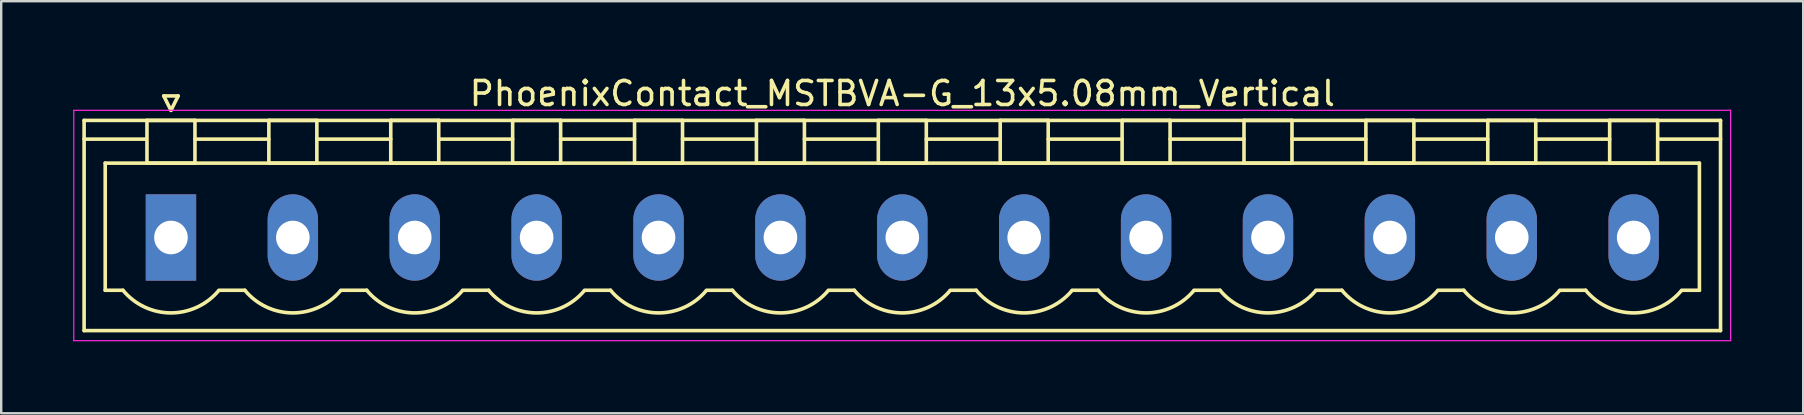
<source format=kicad_pcb>
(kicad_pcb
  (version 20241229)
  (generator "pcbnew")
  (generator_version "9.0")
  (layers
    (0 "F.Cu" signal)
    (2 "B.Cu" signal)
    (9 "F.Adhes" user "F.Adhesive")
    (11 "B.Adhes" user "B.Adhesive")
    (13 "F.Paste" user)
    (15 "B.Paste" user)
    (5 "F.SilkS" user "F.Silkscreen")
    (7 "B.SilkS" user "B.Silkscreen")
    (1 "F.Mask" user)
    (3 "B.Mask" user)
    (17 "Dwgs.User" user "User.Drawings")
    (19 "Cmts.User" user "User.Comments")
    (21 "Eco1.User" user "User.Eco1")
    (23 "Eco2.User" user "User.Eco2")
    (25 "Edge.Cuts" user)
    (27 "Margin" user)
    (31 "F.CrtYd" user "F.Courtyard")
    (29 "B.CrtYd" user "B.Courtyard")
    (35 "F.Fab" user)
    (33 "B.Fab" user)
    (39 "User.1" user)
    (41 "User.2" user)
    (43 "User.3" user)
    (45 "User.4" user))
  (footprint "PhoenixContact_MSTBVA-G_13x5.08mm_Vertical"
    (layer "F.Cu")
    (at 4.075 6.848)
    (property "Reference" "PhoenixContact_MSTBVA-G_13x5.08mm_Vertical" (at 30.48 -6 0) (layer "F.SilkS") (effects (font (size 1 1) (thickness 0.15))))
    (attr through_hole)
    (fp_line (start -3.62 -4.88) (end -3.62 3.88) (stroke (width 0.15) (type solid)) (layer "F.SilkS"))
    (fp_line (start -3.62 -4.1) (end -1.08 -4.1) (stroke (width 0.15) (type solid)) (layer "F.SilkS"))
    (fp_line (start -3.62 3.88) (end 64.58 3.88) (stroke (width 0.15) (type solid)) (layer "F.SilkS"))
    (fp_line (start -2.74 -3.1) (end 63.7 -3.1) (stroke (width 0.15) (type solid)) (layer "F.SilkS"))
    (fp_line (start -2.74 2.2) (end -2.74 -3.1) (stroke (width 0.15) (type solid)) (layer "F.SilkS"))
    (fp_line (start -2 2.2) (end -2.74 2.2) (stroke (width 0.15) (type solid)) (layer "F.SilkS"))
    (fp_line (start -1 -4.88) (end 1 -4.88) (stroke (width 0.15) (type solid)) (layer "F.SilkS"))
    (fp_line (start -1 -3.1) (end -1 -4.88) (stroke (width 0.15) (type solid)) (layer "F.SilkS"))
    (fp_line (start -0.3 -5.9) (end 0 -5.3) (stroke (width 0.15) (type solid)) (layer "F.SilkS"))
    (fp_line (start 0 -5.3) (end 0.3 -5.9) (stroke (width 0.15) (type solid)) (layer "F.SilkS"))
    (fp_line (start 0.3 -5.9) (end -0.3 -5.9) (stroke (width 0.15) (type solid)) (layer "F.SilkS"))
    (fp_line (start 1 -4.88) (end 1 -3.1) (stroke (width 0.15) (type solid)) (layer "F.SilkS"))
    (fp_line (start 1 -4.1) (end 4.08 -4.1) (stroke (width 0.15) (type solid)) (layer "F.SilkS"))
    (fp_line (start 1 -3.1) (end -1 -3.1) (stroke (width 0.15) (type solid)) (layer "F.SilkS"))
    (fp_line (start 2 2.2) (end 3.08 2.2) (stroke (width 0.15) (type solid)) (layer "F.SilkS"))
    (fp_line (start 4.08 -4.88) (end 6.08 -4.88) (stroke (width 0.15) (type solid)) (layer "F.SilkS"))
    (fp_line (start 4.08 -3.1) (end 4.08 -4.88) (stroke (width 0.15) (type solid)) (layer "F.SilkS"))
    (fp_line (start 6.08 -4.88) (end 6.08 -3.1) (stroke (width 0.15) (type solid)) (layer "F.SilkS"))
    (fp_line (start 6.08 -4.1) (end 9.16 -4.1) (stroke (width 0.15) (type solid)) (layer "F.SilkS"))
    (fp_line (start 6.08 -3.1) (end 4.08 -3.1) (stroke (width 0.15) (type solid)) (layer "F.SilkS"))
    (fp_line (start 7.08 2.2) (end 8.16 2.2) (stroke (width 0.15) (type solid)) (layer "F.SilkS"))
    (fp_line (start 9.16 -4.88) (end 11.16 -4.88) (stroke (width 0.15) (type solid)) (layer "F.SilkS"))
    (fp_line (start 9.16 -3.1) (end 9.16 -4.88) (stroke (width 0.15) (type solid)) (layer "F.SilkS"))
    (fp_line (start 11.16 -4.88) (end 11.16 -3.1) (stroke (width 0.15) (type solid)) (layer "F.SilkS"))
    (fp_line (start 11.16 -4.1) (end 14.24 -4.1) (stroke (width 0.15) (type solid)) (layer "F.SilkS"))
    (fp_line (start 11.16 -3.1) (end 9.16 -3.1) (stroke (width 0.15) (type solid)) (layer "F.SilkS"))
    (fp_line (start 12.16 2.2) (end 13.24 2.2) (stroke (width 0.15) (type solid)) (layer "F.SilkS"))
    (fp_line (start 14.24 -4.88) (end 16.24 -4.88) (stroke (width 0.15) (type solid)) (layer "F.SilkS"))
    (fp_line (start 14.24 -3.1) (end 14.24 -4.88) (stroke (width 0.15) (type solid)) (layer "F.SilkS"))
    (fp_line (start 16.24 -4.88) (end 16.24 -3.1) (stroke (width 0.15) (type solid)) (layer "F.SilkS"))
    (fp_line (start 16.24 -4.1) (end 19.32 -4.1) (stroke (width 0.15) (type solid)) (layer "F.SilkS"))
    (fp_line (start 16.24 -3.1) (end 14.24 -3.1) (stroke (width 0.15) (type solid)) (layer "F.SilkS"))
    (fp_line (start 17.24 2.2) (end 18.32 2.2) (stroke (width 0.15) (type solid)) (layer "F.SilkS"))
    (fp_line (start 19.32 -4.88) (end 21.32 -4.88) (stroke (width 0.15) (type solid)) (layer "F.SilkS"))
    (fp_line (start 19.32 -3.1) (end 19.32 -4.88) (stroke (width 0.15) (type solid)) (layer "F.SilkS"))
    (fp_line (start 21.32 -4.88) (end 21.32 -3.1) (stroke (width 0.15) (type solid)) (layer "F.SilkS"))
    (fp_line (start 21.32 -4.1) (end 24.4 -4.1) (stroke (width 0.15) (type solid)) (layer "F.SilkS"))
    (fp_line (start 21.32 -3.1) (end 19.32 -3.1) (stroke (width 0.15) (type solid)) (layer "F.SilkS"))
    (fp_line (start 22.32 2.2) (end 23.4 2.2) (stroke (width 0.15) (type solid)) (layer "F.SilkS"))
    (fp_line (start 24.4 -4.88) (end 26.4 -4.88) (stroke (width 0.15) (type solid)) (layer "F.SilkS"))
    (fp_line (start 24.4 -3.1) (end 24.4 -4.88) (stroke (width 0.15) (type solid)) (layer "F.SilkS"))
    (fp_line (start 26.4 -4.88) (end 26.4 -3.1) (stroke (width 0.15) (type solid)) (layer "F.SilkS"))
    (fp_line (start 26.4 -4.1) (end 29.48 -4.1) (stroke (width 0.15) (type solid)) (layer "F.SilkS"))
    (fp_line (start 26.4 -3.1) (end 24.4 -3.1) (stroke (width 0.15) (type solid)) (layer "F.SilkS"))
    (fp_line (start 27.4 2.2) (end 28.48 2.2) (stroke (width 0.15) (type solid)) (layer "F.SilkS"))
    (fp_line (start 29.48 -4.88) (end 31.48 -4.88) (stroke (width 0.15) (type solid)) (layer "F.SilkS"))
    (fp_line (start 29.48 -3.1) (end 29.48 -4.88) (stroke (width 0.15) (type solid)) (layer "F.SilkS"))
    (fp_line (start 31.48 -4.88) (end 31.48 -3.1) (stroke (width 0.15) (type solid)) (layer "F.SilkS"))
    (fp_line (start 31.48 -4.1) (end 34.56 -4.1) (stroke (width 0.15) (type solid)) (layer "F.SilkS"))
    (fp_line (start 31.48 -3.1) (end 29.48 -3.1) (stroke (width 0.15) (type solid)) (layer "F.SilkS"))
    (fp_line (start 32.48 2.2) (end 33.56 2.2) (stroke (width 0.15) (type solid)) (layer "F.SilkS"))
    (fp_line (start 34.56 -4.88) (end 36.56 -4.88) (stroke (width 0.15) (type solid)) (layer "F.SilkS"))
    (fp_line (start 34.56 -3.1) (end 34.56 -4.88) (stroke (width 0.15) (type solid)) (layer "F.SilkS"))
    (fp_line (start 36.56 -4.88) (end 36.56 -3.1) (stroke (width 0.15) (type solid)) (layer "F.SilkS"))
    (fp_line (start 36.56 -4.1) (end 39.64 -4.1) (stroke (width 0.15) (type solid)) (layer "F.SilkS"))
    (fp_line (start 36.56 -3.1) (end 34.56 -3.1) (stroke (width 0.15) (type solid)) (layer "F.SilkS"))
    (fp_line (start 37.56 2.2) (end 38.64 2.2) (stroke (width 0.15) (type solid)) (layer "F.SilkS"))
    (fp_line (start 39.64 -4.88) (end 41.64 -4.88) (stroke (width 0.15) (type solid)) (layer "F.SilkS"))
    (fp_line (start 39.64 -3.1) (end 39.64 -4.88) (stroke (width 0.15) (type solid)) (layer "F.SilkS"))
    (fp_line (start 41.64 -4.88) (end 41.64 -3.1) (stroke (width 0.15) (type solid)) (layer "F.SilkS"))
    (fp_line (start 41.64 -4.1) (end 44.72 -4.1) (stroke (width 0.15) (type solid)) (layer "F.SilkS"))
    (fp_line (start 41.64 -3.1) (end 39.64 -3.1) (stroke (width 0.15) (type solid)) (layer "F.SilkS"))
    (fp_line (start 42.64 2.2) (end 43.72 2.2) (stroke (width 0.15) (type solid)) (layer "F.SilkS"))
    (fp_line (start 44.72 -4.88) (end 46.72 -4.88) (stroke (width 0.15) (type solid)) (layer "F.SilkS"))
    (fp_line (start 44.72 -3.1) (end 44.72 -4.88) (stroke (width 0.15) (type solid)) (layer "F.SilkS"))
    (fp_line (start 46.72 -4.88) (end 46.72 -3.1) (stroke (width 0.15) (type solid)) (layer "F.SilkS"))
    (fp_line (start 46.72 -4.1) (end 49.8 -4.1) (stroke (width 0.15) (type solid)) (layer "F.SilkS"))
    (fp_line (start 46.72 -3.1) (end 44.72 -3.1) (stroke (width 0.15) (type solid)) (layer "F.SilkS"))
    (fp_line (start 47.72 2.2) (end 48.8 2.2) (stroke (width 0.15) (type solid)) (layer "F.SilkS"))
    (fp_line (start 49.8 -4.88) (end 51.8 -4.88) (stroke (width 0.15) (type solid)) (layer "F.SilkS"))
    (fp_line (start 49.8 -3.1) (end 49.8 -4.88) (stroke (width 0.15) (type solid)) (layer "F.SilkS"))
    (fp_line (start 51.8 -4.88) (end 51.8 -3.1) (stroke (width 0.15) (type solid)) (layer "F.SilkS"))
    (fp_line (start 51.8 -4.1) (end 54.88 -4.1) (stroke (width 0.15) (type solid)) (layer "F.SilkS"))
    (fp_line (start 51.8 -3.1) (end 49.8 -3.1) (stroke (width 0.15) (type solid)) (layer "F.SilkS"))
    (fp_line (start 52.8 2.2) (end 53.88 2.2) (stroke (width 0.15) (type solid)) (layer "F.SilkS"))
    (fp_line (start 54.88 -4.88) (end 56.88 -4.88) (stroke (width 0.15) (type solid)) (layer "F.SilkS"))
    (fp_line (start 54.88 -3.1) (end 54.88 -4.88) (stroke (width 0.15) (type solid)) (layer "F.SilkS"))
    (fp_line (start 56.88 -4.88) (end 56.88 -3.1) (stroke (width 0.15) (type solid)) (layer "F.SilkS"))
    (fp_line (start 56.88 -4.1) (end 59.96 -4.1) (stroke (width 0.15) (type solid)) (layer "F.SilkS"))
    (fp_line (start 56.88 -3.1) (end 54.88 -3.1) (stroke (width 0.15) (type solid)) (layer "F.SilkS"))
    (fp_line (start 57.88 2.2) (end 58.96 2.2) (stroke (width 0.15) (type solid)) (layer "F.SilkS"))
    (fp_line (start 59.96 -4.88) (end 61.96 -4.88) (stroke (width 0.15) (type solid)) (layer "F.SilkS"))
    (fp_line (start 59.96 -3.1) (end 59.96 -4.88) (stroke (width 0.15) (type solid)) (layer "F.SilkS"))
    (fp_line (start 61.96 -4.88) (end 61.96 -3.1) (stroke (width 0.15) (type solid)) (layer "F.SilkS"))
    (fp_line (start 61.96 -3.1) (end 59.96 -3.1) (stroke (width 0.15) (type solid)) (layer "F.SilkS"))
    (fp_line (start 63.7 -3.1) (end 63.7 2.2) (stroke (width 0.15) (type solid)) (layer "F.SilkS"))
    (fp_line (start 63.7 2.2) (end 62.96 2.2) (stroke (width 0.15) (type solid)) (layer "F.SilkS"))
    (fp_line (start 64.58 -4.88) (end -3.62 -4.88) (stroke (width 0.15) (type solid)) (layer "F.SilkS"))
    (fp_line (start 64.58 -4.1) (end 62.04 -4.1) (stroke (width 0.15) (type solid)) (layer "F.SilkS"))
    (fp_line (start 64.58 3.88) (end 64.58 -4.88) (stroke (width 0.15) (type solid)) (layer "F.SilkS"))
    (fp_arc (start 1.986842 2.215821) (mid -0.010289 3.142758) (end -2 2.2) (stroke (width 0.15) (type solid)) (layer "F.SilkS"))
    (fp_arc (start 7.066842 2.215821) (mid 5.069711 3.142758) (end 3.08 2.2) (stroke (width 0.15) (type solid)) (layer "F.SilkS"))
    (fp_arc (start 12.146842 2.215821) (mid 10.149711 3.142758) (end 8.16 2.2) (stroke (width 0.15) (type solid)) (layer "F.SilkS"))
    (fp_arc (start 17.226842 2.215821) (mid 15.229711 3.142758) (end 13.24 2.2) (stroke (width 0.15) (type solid)) (layer "F.SilkS"))
    (fp_arc (start 22.306842 2.215821) (mid 20.309711 3.142758) (end 18.32 2.2) (stroke (width 0.15) (type solid)) (layer "F.SilkS"))
    (fp_arc (start 27.386842 2.215821) (mid 25.389711 3.142758) (end 23.4 2.2) (stroke (width 0.15) (type solid)) (layer "F.SilkS"))
    (fp_arc (start 32.466842 2.215821) (mid 30.469711 3.142758) (end 28.48 2.2) (stroke (width 0.15) (type solid)) (layer "F.SilkS"))
    (fp_arc (start 37.546842 2.215821) (mid 35.549711 3.142758) (end 33.56 2.2) (stroke (width 0.15) (type solid)) (layer "F.SilkS"))
    (fp_arc (start 42.626842 2.215821) (mid 40.629711 3.142758) (end 38.64 2.2) (stroke (width 0.15) (type solid)) (layer "F.SilkS"))
    (fp_arc (start 47.706842 2.215821) (mid 45.709711 3.142758) (end 43.72 2.2) (stroke (width 0.15) (type solid)) (layer "F.SilkS"))
    (fp_arc (start 52.786842 2.215821) (mid 50.789711 3.142758) (end 48.8 2.2) (stroke (width 0.15) (type solid)) (layer "F.SilkS"))
    (fp_arc (start 57.866842 2.215821) (mid 55.869711 3.142758) (end 53.88 2.2) (stroke (width 0.15) (type solid)) (layer "F.SilkS"))
    (fp_arc (start 62.946842 2.215821) (mid 60.949711 3.142758) (end 58.96 2.2) (stroke (width 0.15) (type solid)) (layer "F.SilkS"))
    (fp_line (start -4.05 -5.3) (end -4.05 4.3) (stroke (width 0.05) (type solid)) (layer "F.CrtYd"))
    (fp_line (start -4.05 4.3) (end 65 4.3) (stroke (width 0.05) (type solid)) (layer "F.CrtYd"))
    (fp_line (start 65 -5.3) (end -4.05 -5.3) (stroke (width 0.05) (type solid)) (layer "F.CrtYd"))
    (fp_line (start 65 4.3) (end 65 -5.3) (stroke (width 0.05) (type solid)) (layer "F.CrtYd"))
    (pad "1" thru_hole rect (at 0 0) (size 2.1 3.6) (drill 1.4) (layers "*.Cu" "*.Mask"))
    (pad "2" thru_hole oval (at 5.08 0) (size 2.1 3.6) (drill 1.4) (layers "*.Cu" "*.Mask"))
    (pad "3" thru_hole oval (at 10.16 0) (size 2.1 3.6) (drill 1.4) (layers "*.Cu" "*.Mask"))
    (pad "4" thru_hole oval (at 15.24 0) (size 2.1 3.6) (drill 1.4) (layers "*.Cu" "*.Mask"))
    (pad "5" thru_hole oval (at 20.32 0) (size 2.1 3.6) (drill 1.4) (layers "*.Cu" "*.Mask"))
    (pad "6" thru_hole oval (at 25.4 0) (size 2.1 3.6) (drill 1.4) (layers "*.Cu" "*.Mask"))
    (pad "7" thru_hole oval (at 30.48 0) (size 2.1 3.6) (drill 1.4) (layers "*.Cu" "*.Mask"))
    (pad "8" thru_hole oval (at 35.56 0) (size 2.1 3.6) (drill 1.4) (layers "*.Cu" "*.Mask"))
    (pad "9" thru_hole oval (at 40.64 0) (size 2.1 3.6) (drill 1.4) (layers "*.Cu" "*.Mask"))
    (pad "10" thru_hole oval (at 45.72 0) (size 2.1 3.6) (drill 1.4) (layers "*.Cu" "*.Mask"))
    (pad "11" thru_hole oval (at 50.8 0) (size 2.1 3.6) (drill 1.4) (layers "*.Cu" "*.Mask"))
    (pad "12" thru_hole oval (at 55.88 0) (size 2.1 3.6) (drill 1.4) (layers "*.Cu" "*.Mask"))
    (pad "13" thru_hole oval (at 60.96 0) (size 2.1 3.6) (drill 1.4) (layers "*.Cu" "*.Mask")))
  (gr_rect
    (start -3 -3)
    (end 72.1 14.173)
    (stroke (width 0.1) (type default))
    (fill no)
    (layer "Edge.Cuts")))
</source>
